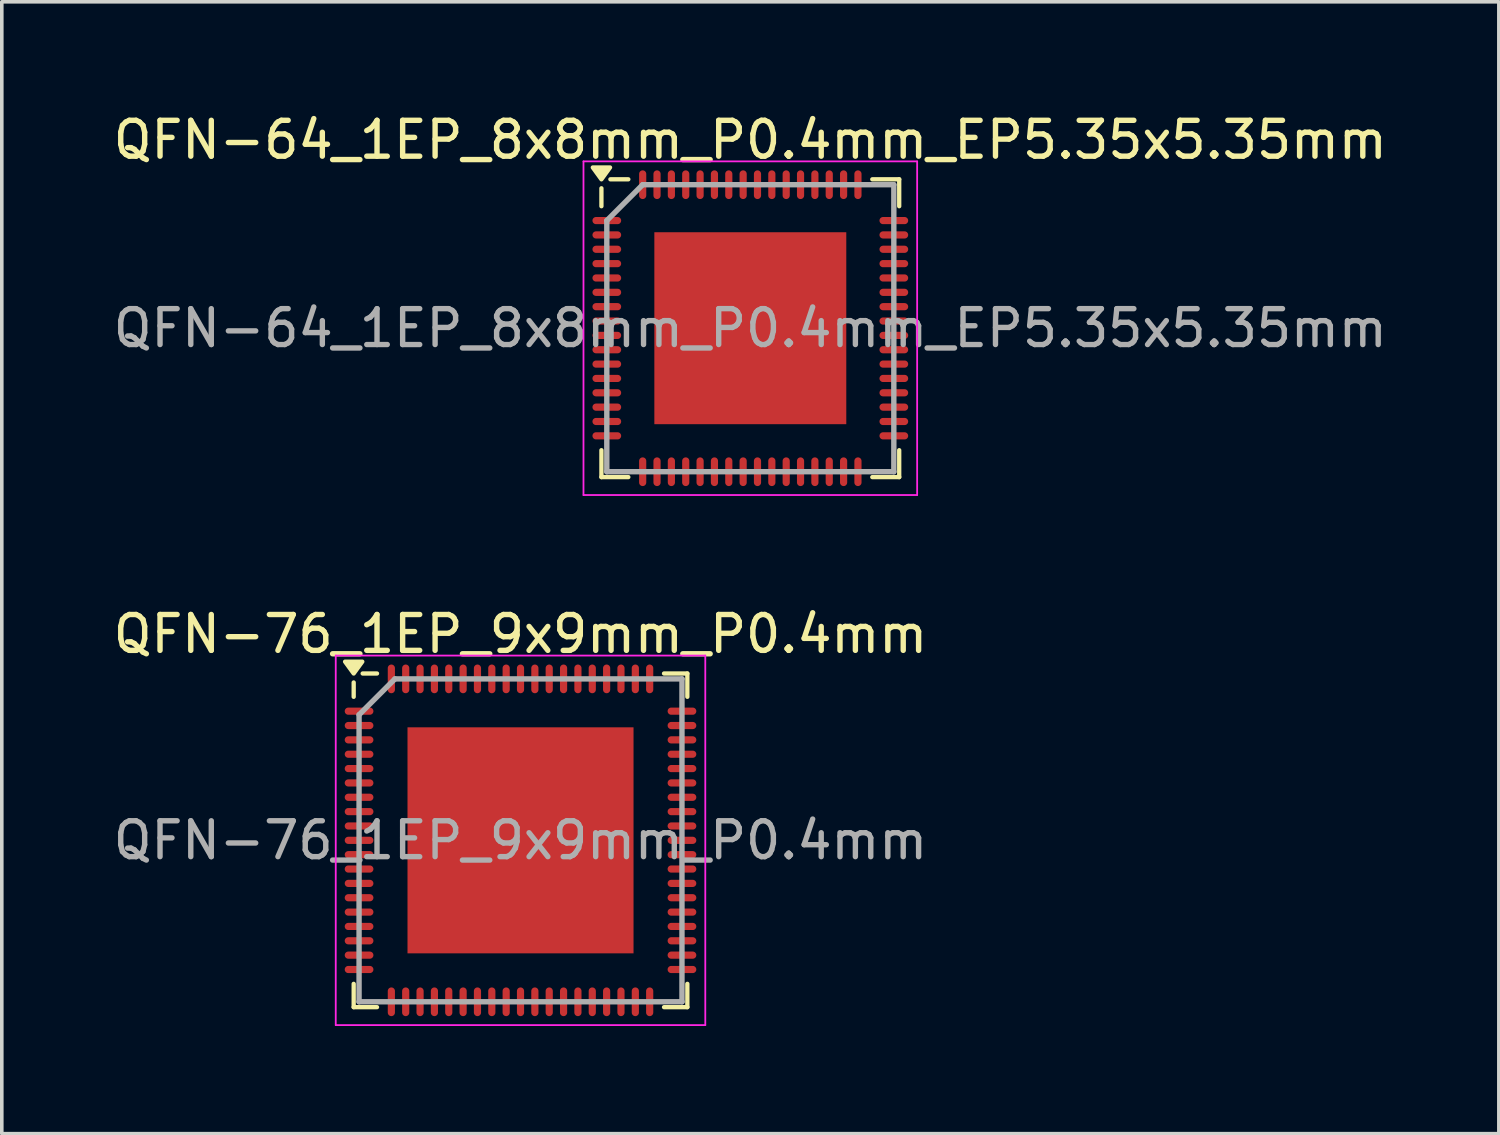
<source format=kicad_pcb>
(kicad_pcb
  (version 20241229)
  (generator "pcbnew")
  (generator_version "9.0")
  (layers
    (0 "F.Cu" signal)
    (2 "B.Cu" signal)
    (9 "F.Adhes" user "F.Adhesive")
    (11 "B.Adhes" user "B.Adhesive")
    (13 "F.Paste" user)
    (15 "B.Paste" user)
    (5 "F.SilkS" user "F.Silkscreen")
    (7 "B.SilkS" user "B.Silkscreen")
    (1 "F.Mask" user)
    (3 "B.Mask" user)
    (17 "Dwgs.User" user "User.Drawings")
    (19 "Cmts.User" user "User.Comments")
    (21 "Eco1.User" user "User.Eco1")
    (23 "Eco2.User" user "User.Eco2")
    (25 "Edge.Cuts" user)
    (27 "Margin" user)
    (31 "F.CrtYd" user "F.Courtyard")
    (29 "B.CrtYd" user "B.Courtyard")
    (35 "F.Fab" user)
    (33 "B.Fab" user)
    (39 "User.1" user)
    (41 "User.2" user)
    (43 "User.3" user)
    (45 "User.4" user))
  (footprint "QFN-64_1EP_8x8mm_P0.4mm_EP5.35x5.35mm"
    (layer "F.Cu")
    (at 17.863 6.098)
    (property "Reference" "QFN-64_1EP_8x8mm_P0.4mm_EP5.35x5.35mm" (at 0 -5.25 0) (layer "F.SilkS") (effects (font (size 1 1) (thickness 0.15))))
    (attr smd)
    (fp_line (start -4.15 -3.9) (end -4.15 -3.4) (stroke (width 0.12) (type default)) (layer "F.SilkS"))
    (fp_line (start -4.15 4.15) (end -4.15 3.4) (stroke (width 0.12) (type default)) (layer "F.SilkS"))
    (fp_line (start -3.4 -4.15) (end -3.9 -4.15) (stroke (width 0.12) (type default)) (layer "F.SilkS"))
    (fp_line (start -3.4 4.15) (end -4.15 4.15) (stroke (width 0.12) (type default)) (layer "F.SilkS"))
    (fp_line (start 3.4 -4.15) (end 4.15 -4.15) (stroke (width 0.12) (type default)) (layer "F.SilkS"))
    (fp_line (start 3.4 4.15) (end 4.15 4.15) (stroke (width 0.12) (type default)) (layer "F.SilkS"))
    (fp_line (start 4.15 -4.15) (end 4.15 -3.4) (stroke (width 0.12) (type default)) (layer "F.SilkS"))
    (fp_line (start 4.15 4.15) (end 4.15 3.4) (stroke (width 0.12) (type default)) (layer "F.SilkS"))
    (fp_poly (pts (xy -4.15 -4.15) (xy -4.39 -4.48) (xy -3.91 -4.48) (xy -4.15 -4.15)) (stroke (width 0.12) (type solid)) (fill yes) (layer "F.SilkS"))
    (fp_line (start -4.65 -4.65) (end 4.65 -4.65) (stroke (width 0.05) (type default)) (layer "F.CrtYd"))
    (fp_line (start -4.65 4.65) (end -4.65 -4.65) (stroke (width 0.05) (type default)) (layer "F.CrtYd"))
    (fp_line (start 4.65 -4.65) (end 4.65 4.65) (stroke (width 0.05) (type default)) (layer "F.CrtYd"))
    (fp_line (start 4.65 4.65) (end -4.65 4.65) (stroke (width 0.05) (type default)) (layer "F.CrtYd"))
    (fp_line (start -4 -3) (end -4 4) (stroke (width 0.15) (type default)) (layer "F.Fab"))
    (fp_line (start -4 4) (end 4 4) (stroke (width 0.15) (type default)) (layer "F.Fab"))
    (fp_line (start -3 -4) (end -4 -3) (stroke (width 0.15) (type default)) (layer "F.Fab"))
    (fp_line (start 4 -4) (end -3 -4) (stroke (width 0.15) (type default)) (layer "F.Fab"))
    (fp_line (start 4 4) (end 4 -4) (stroke (width 0.15) (type default)) (layer "F.Fab"))
    (fp_text user "${REFERENCE}" (at 0 0 0) (layer "F.Fab") (effects (font (size 1 1) (thickness 0.15))))
    (pad "" smd rect (at -2.006 -2.006) (size 0.588 0.588) (layers "F.Paste"))
    (pad "" smd rect (at -2.006 -0.669) (size 0.588 0.588) (layers "F.Paste"))
    (pad "" smd rect (at -2.006 0.669) (size 0.588 0.588) (layers "F.Paste"))
    (pad "" smd rect (at -2.006 2.006) (size 0.588 0.588) (layers "F.Paste"))
    (pad "" smd rect (at -0.669 -2.006) (size 0.588 0.588) (layers "F.Paste"))
    (pad "" smd rect (at -0.669 -0.669) (size 0.588 0.588) (layers "F.Paste"))
    (pad "" smd rect (at -0.669 0.669) (size 0.588 0.588) (layers "F.Paste"))
    (pad "" smd rect (at -0.669 2.006) (size 0.588 0.588) (layers "F.Paste"))
    (pad "" smd rect (at 0.669 -2.006) (size 0.588 0.588) (layers "F.Paste"))
    (pad "" smd rect (at 0.669 -0.669) (size 0.588 0.588) (layers "F.Paste"))
    (pad "" smd rect (at 0.669 0.669) (size 0.588 0.588) (layers "F.Paste"))
    (pad "" smd rect (at 0.669 2.006) (size 0.588 0.588) (layers "F.Paste"))
    (pad "" smd rect (at 2.006 -2.006) (size 0.588 0.588) (layers "F.Paste"))
    (pad "" smd rect (at 2.006 -0.669) (size 0.588 0.588) (layers "F.Paste"))
    (pad "" smd rect (at 2.006 0.669) (size 0.588 0.588) (layers "F.Paste"))
    (pad "" smd rect (at 2.006 2.006) (size 0.588 0.588) (layers "F.Paste"))
    (pad "1" smd oval (at -4 -3 90) (size 0.2 0.8) (layers "F.Cu" "F.Mask" "F.Paste"))
    (pad "2" smd oval (at -4 -2.6 90) (size 0.2 0.8) (layers "F.Cu" "F.Mask" "F.Paste"))
    (pad "3" smd oval (at -4 -2.2 90) (size 0.2 0.8) (layers "F.Cu" "F.Mask" "F.Paste"))
    (pad "4" smd oval (at -4 -1.8 90) (size 0.2 0.8) (layers "F.Cu" "F.Mask" "F.Paste"))
    (pad "5" smd oval (at -4 -1.4 90) (size 0.2 0.8) (layers "F.Cu" "F.Mask" "F.Paste"))
    (pad "6" smd oval (at -4 -1 90) (size 0.2 0.8) (layers "F.Cu" "F.Mask" "F.Paste"))
    (pad "7" smd oval (at -4 -0.6 90) (size 0.2 0.8) (layers "F.Cu" "F.Mask" "F.Paste"))
    (pad "8" smd oval (at -4 -0.2 90) (size 0.2 0.8) (layers "F.Cu" "F.Mask" "F.Paste"))
    (pad "9" smd oval (at -4 0.2 90) (size 0.2 0.8) (layers "F.Cu" "F.Mask" "F.Paste"))
    (pad "10" smd oval (at -4 0.6 90) (size 0.2 0.8) (layers "F.Cu" "F.Mask" "F.Paste"))
    (pad "11" smd oval (at -4 1 90) (size 0.2 0.8) (layers "F.Cu" "F.Mask" "F.Paste"))
    (pad "12" smd oval (at -4 1.4 90) (size 0.2 0.8) (layers "F.Cu" "F.Mask" "F.Paste"))
    (pad "13" smd oval (at -4 1.8 90) (size 0.2 0.8) (layers "F.Cu" "F.Mask" "F.Paste"))
    (pad "14" smd oval (at -4 2.2 90) (size 0.2 0.8) (layers "F.Cu" "F.Mask" "F.Paste"))
    (pad "15" smd oval (at -4 2.6 90) (size 0.2 0.8) (layers "F.Cu" "F.Mask" "F.Paste"))
    (pad "16" smd oval (at -4 3 90) (size 0.2 0.8) (layers "F.Cu" "F.Mask" "F.Paste"))
    (pad "17" smd oval (at -3 4) (size 0.2 0.8) (layers "F.Cu" "F.Mask" "F.Paste"))
    (pad "18" smd oval (at -2.6 4) (size 0.2 0.8) (layers "F.Cu" "F.Mask" "F.Paste"))
    (pad "19" smd oval (at -2.2 4) (size 0.2 0.8) (layers "F.Cu" "F.Mask" "F.Paste"))
    (pad "20" smd oval (at -1.8 4) (size 0.2 0.8) (layers "F.Cu" "F.Mask" "F.Paste"))
    (pad "21" smd oval (at -1.4 4) (size 0.2 0.8) (layers "F.Cu" "F.Mask" "F.Paste"))
    (pad "22" smd oval (at -1 4) (size 0.2 0.8) (layers "F.Cu" "F.Mask" "F.Paste"))
    (pad "23" smd oval (at -0.6 4) (size 0.2 0.8) (layers "F.Cu" "F.Mask" "F.Paste"))
    (pad "24" smd oval (at -0.2 4) (size 0.2 0.8) (layers "F.Cu" "F.Mask" "F.Paste"))
    (pad "25" smd oval (at 0.2 4) (size 0.2 0.8) (layers "F.Cu" "F.Mask" "F.Paste"))
    (pad "26" smd oval (at 0.6 4) (size 0.2 0.8) (layers "F.Cu" "F.Mask" "F.Paste"))
    (pad "27" smd oval (at 1 4) (size 0.2 0.8) (layers "F.Cu" "F.Mask" "F.Paste"))
    (pad "28" smd oval (at 1.4 4) (size 0.2 0.8) (layers "F.Cu" "F.Mask" "F.Paste"))
    (pad "29" smd oval (at 1.8 4) (size 0.2 0.8) (layers "F.Cu" "F.Mask" "F.Paste"))
    (pad "30" smd oval (at 2.2 4) (size 0.2 0.8) (layers "F.Cu" "F.Mask" "F.Paste"))
    (pad "31" smd oval (at 2.6 4) (size 0.2 0.8) (layers "F.Cu" "F.Mask" "F.Paste"))
    (pad "32" smd oval (at 3 4) (size 0.2 0.8) (layers "F.Cu" "F.Mask" "F.Paste"))
    (pad "33" smd oval (at 4 3 90) (size 0.2 0.8) (layers "F.Cu" "F.Mask" "F.Paste"))
    (pad "34" smd oval (at 4 2.6 90) (size 0.2 0.8) (layers "F.Cu" "F.Mask" "F.Paste"))
    (pad "35" smd oval (at 4 2.2 90) (size 0.2 0.8) (layers "F.Cu" "F.Mask" "F.Paste"))
    (pad "36" smd oval (at 4 1.8 90) (size 0.2 0.8) (layers "F.Cu" "F.Mask" "F.Paste"))
    (pad "37" smd oval (at 4 1.4 90) (size 0.2 0.8) (layers "F.Cu" "F.Mask" "F.Paste"))
    (pad "38" smd oval (at 4 1 90) (size 0.2 0.8) (layers "F.Cu" "F.Mask" "F.Paste"))
    (pad "39" smd oval (at 4 0.6 90) (size 0.2 0.8) (layers "F.Cu" "F.Mask" "F.Paste"))
    (pad "40" smd oval (at 4 0.2 90) (size 0.2 0.8) (layers "F.Cu" "F.Mask" "F.Paste"))
    (pad "41" smd oval (at 4 -0.2 90) (size 0.2 0.8) (layers "F.Cu" "F.Mask" "F.Paste"))
    (pad "42" smd oval (at 4 -0.6 90) (size 0.2 0.8) (layers "F.Cu" "F.Mask" "F.Paste"))
    (pad "43" smd oval (at 4 -1 90) (size 0.2 0.8) (layers "F.Cu" "F.Mask" "F.Paste"))
    (pad "44" smd oval (at 4 -1.4 90) (size 0.2 0.8) (layers "F.Cu" "F.Mask" "F.Paste"))
    (pad "45" smd oval (at 4 -1.8 90) (size 0.2 0.8) (layers "F.Cu" "F.Mask" "F.Paste"))
    (pad "46" smd oval (at 4 -2.2 90) (size 0.2 0.8) (layers "F.Cu" "F.Mask" "F.Paste"))
    (pad "47" smd oval (at 4 -2.6 90) (size 0.2 0.8) (layers "F.Cu" "F.Mask" "F.Paste"))
    (pad "48" smd oval (at 4 -3 90) (size 0.2 0.8) (layers "F.Cu" "F.Mask" "F.Paste"))
    (pad "49" smd oval (at 3 -4) (size 0.2 0.8) (layers "F.Cu" "F.Mask" "F.Paste"))
    (pad "50" smd oval (at 2.6 -4) (size 0.2 0.8) (layers "F.Cu" "F.Mask" "F.Paste"))
    (pad "51" smd oval (at 2.2 -4) (size 0.2 0.8) (layers "F.Cu" "F.Mask" "F.Paste"))
    (pad "52" smd oval (at 1.8 -4) (size 0.2 0.8) (layers "F.Cu" "F.Mask" "F.Paste"))
    (pad "53" smd oval (at 1.4 -4) (size 0.2 0.8) (layers "F.Cu" "F.Mask" "F.Paste"))
    (pad "54" smd oval (at 1 -4) (size 0.2 0.8) (layers "F.Cu" "F.Mask" "F.Paste"))
    (pad "55" smd oval (at 0.6 -4) (size 0.2 0.8) (layers "F.Cu" "F.Mask" "F.Paste"))
    (pad "56" smd oval (at 0.2 -4) (size 0.2 0.8) (layers "F.Cu" "F.Mask" "F.Paste"))
    (pad "57" smd oval (at -0.2 -4) (size 0.2 0.8) (layers "F.Cu" "F.Mask" "F.Paste"))
    (pad "58" smd oval (at -0.6 -4) (size 0.2 0.8) (layers "F.Cu" "F.Mask" "F.Paste"))
    (pad "59" smd oval (at -1 -4) (size 0.2 0.8) (layers "F.Cu" "F.Mask" "F.Paste"))
    (pad "60" smd oval (at -1.4 -4) (size 0.2 0.8) (layers "F.Cu" "F.Mask" "F.Paste"))
    (pad "61" smd oval (at -1.8 -4) (size 0.2 0.8) (layers "F.Cu" "F.Mask" "F.Paste"))
    (pad "62" smd oval (at -2.2 -4) (size 0.2 0.8) (layers "F.Cu" "F.Mask" "F.Paste"))
    (pad "63" smd oval (at -2.6 -4) (size 0.2 0.8) (layers "F.Cu" "F.Mask" "F.Paste"))
    (pad "64" smd oval (at -3 -4) (size 0.2 0.8) (layers "F.Cu" "F.Mask" "F.Paste"))
    (pad "65" smd rect (at 0 0) (size 5.35 5.35) (layers "F.Cu" "F.Mask")))
  (footprint "QFN-76_1EP_9x9mm_P0.4mm"
    (layer "F.Cu")
    (at 11.458 20.372)
    (property "Reference" "QFN-76_1EP_9x9mm_P0.4mm" (at 0 -5.75 0) (layer "F.SilkS") (effects (font (size 1 1) (thickness 0.15))))
    (attr smd)
    (fp_line (start -4.65 -4.4) (end -4.65 -4) (stroke (width 0.12) (type default)) (layer "F.SilkS"))
    (fp_line (start -4.65 4.65) (end -4.65 4) (stroke (width 0.12) (type default)) (layer "F.SilkS"))
    (fp_line (start -4 -4.65) (end -4.4 -4.65) (stroke (width 0.12) (type default)) (layer "F.SilkS"))
    (fp_line (start -4 4.65) (end -4.65 4.65) (stroke (width 0.12) (type default)) (layer "F.SilkS"))
    (fp_line (start 4 -4.65) (end 4.65 -4.65) (stroke (width 0.12) (type default)) (layer "F.SilkS"))
    (fp_line (start 4 4.65) (end 4.65 4.65) (stroke (width 0.12) (type default)) (layer "F.SilkS"))
    (fp_line (start 4.65 -4.65) (end 4.65 -4) (stroke (width 0.12) (type default)) (layer "F.SilkS"))
    (fp_line (start 4.65 4.65) (end 4.65 4) (stroke (width 0.12) (type default)) (layer "F.SilkS"))
    (fp_poly (pts (xy -4.65 -4.65) (xy -4.89 -4.98) (xy -4.41 -4.98) (xy -4.65 -4.65)) (stroke (width 0.12) (type solid)) (fill yes) (layer "F.SilkS"))
    (fp_line (start -5.15 -5.15) (end 5.15 -5.15) (stroke (width 0.05) (type default)) (layer "F.CrtYd"))
    (fp_line (start -5.15 5.15) (end -5.15 -5.15) (stroke (width 0.05) (type default)) (layer "F.CrtYd"))
    (fp_line (start 5.15 -5.15) (end 5.15 5.15) (stroke (width 0.05) (type default)) (layer "F.CrtYd"))
    (fp_line (start 5.15 5.15) (end -5.15 5.15) (stroke (width 0.05) (type default)) (layer "F.CrtYd"))
    (fp_line (start -4.5 -3.5) (end -4.5 4.5) (stroke (width 0.15) (type default)) (layer "F.Fab"))
    (fp_line (start -4.5 4.5) (end 4.5 4.5) (stroke (width 0.15) (type default)) (layer "F.Fab"))
    (fp_line (start -3.5 -4.5) (end -4.5 -3.5) (stroke (width 0.15) (type default)) (layer "F.Fab"))
    (fp_line (start 4.5 -4.5) (end -3.5 -4.5) (stroke (width 0.15) (type default)) (layer "F.Fab"))
    (fp_line (start 4.5 4.5) (end 4.5 -4.5) (stroke (width 0.15) (type default)) (layer "F.Fab"))
    (fp_text user "${REFERENCE}" (at 0 0 0) (layer "F.Fab") (effects (font (size 1 1) (thickness 0.15))))
    (pad "" smd rect (at -2.362 -2.362) (size 0.825 0.825) (layers "F.Paste"))
    (pad "" smd rect (at -2.362 -0.787) (size 0.825 0.825) (layers "F.Paste"))
    (pad "" smd rect (at -2.362 0.787) (size 0.825 0.825) (layers "F.Paste"))
    (pad "" smd rect (at -2.362 2.362) (size 0.825 0.825) (layers "F.Paste"))
    (pad "" smd rect (at -0.787 -2.362) (size 0.825 0.825) (layers "F.Paste"))
    (pad "" smd rect (at -0.787 -0.787) (size 0.825 0.825) (layers "F.Paste"))
    (pad "" smd rect (at -0.787 0.787) (size 0.825 0.825) (layers "F.Paste"))
    (pad "" smd rect (at -0.787 2.362) (size 0.825 0.825) (layers "F.Paste"))
    (pad "" smd rect (at 0.787 -2.362) (size 0.825 0.825) (layers "F.Paste"))
    (pad "" smd rect (at 0.787 -0.787) (size 0.825 0.825) (layers "F.Paste"))
    (pad "" smd rect (at 0.787 0.787) (size 0.825 0.825) (layers "F.Paste"))
    (pad "" smd rect (at 0.787 2.362) (size 0.825 0.825) (layers "F.Paste"))
    (pad "" smd rect (at 2.362 -2.362) (size 0.825 0.825) (layers "F.Paste"))
    (pad "" smd rect (at 2.362 -0.787) (size 0.825 0.825) (layers "F.Paste"))
    (pad "" smd rect (at 2.362 0.787) (size 0.825 0.825) (layers "F.Paste"))
    (pad "" smd rect (at 2.362 2.362) (size 0.825 0.825) (layers "F.Paste"))
    (pad "1" smd oval (at -4.5 -3.6 90) (size 0.2 0.8) (layers "F.Cu" "F.Mask" "F.Paste"))
    (pad "2" smd oval (at -4.5 -3.2 90) (size 0.2 0.8) (layers "F.Cu" "F.Mask" "F.Paste"))
    (pad "3" smd oval (at -4.5 -2.8 90) (size 0.2 0.8) (layers "F.Cu" "F.Mask" "F.Paste"))
    (pad "4" smd oval (at -4.5 -2.4 90) (size 0.2 0.8) (layers "F.Cu" "F.Mask" "F.Paste"))
    (pad "5" smd oval (at -4.5 -2 90) (size 0.2 0.8) (layers "F.Cu" "F.Mask" "F.Paste"))
    (pad "6" smd oval (at -4.5 -1.6 90) (size 0.2 0.8) (layers "F.Cu" "F.Mask" "F.Paste"))
    (pad "7" smd oval (at -4.5 -1.2 90) (size 0.2 0.8) (layers "F.Cu" "F.Mask" "F.Paste"))
    (pad "8" smd oval (at -4.5 -0.8 90) (size 0.2 0.8) (layers "F.Cu" "F.Mask" "F.Paste"))
    (pad "9" smd oval (at -4.5 -0.4 90) (size 0.2 0.8) (layers "F.Cu" "F.Mask" "F.Paste"))
    (pad "10" smd oval (at -4.5 0 90) (size 0.2 0.8) (layers "F.Cu" "F.Mask" "F.Paste"))
    (pad "11" smd oval (at -4.5 0.4 90) (size 0.2 0.8) (layers "F.Cu" "F.Mask" "F.Paste"))
    (pad "12" smd oval (at -4.5 0.8 90) (size 0.2 0.8) (layers "F.Cu" "F.Mask" "F.Paste"))
    (pad "13" smd oval (at -4.5 1.2 90) (size 0.2 0.8) (layers "F.Cu" "F.Mask" "F.Paste"))
    (pad "14" smd oval (at -4.5 1.6 90) (size 0.2 0.8) (layers "F.Cu" "F.Mask" "F.Paste"))
    (pad "15" smd oval (at -4.5 2 90) (size 0.2 0.8) (layers "F.Cu" "F.Mask" "F.Paste"))
    (pad "16" smd oval (at -4.5 2.4 90) (size 0.2 0.8) (layers "F.Cu" "F.Mask" "F.Paste"))
    (pad "17" smd oval (at -4.5 2.8 90) (size 0.2 0.8) (layers "F.Cu" "F.Mask" "F.Paste"))
    (pad "18" smd oval (at -4.5 3.2 90) (size 0.2 0.8) (layers "F.Cu" "F.Mask" "F.Paste"))
    (pad "19" smd oval (at -4.5 3.6 90) (size 0.2 0.8) (layers "F.Cu" "F.Mask" "F.Paste"))
    (pad "20" smd oval (at -3.6 4.5) (size 0.2 0.8) (layers "F.Cu" "F.Mask" "F.Paste"))
    (pad "21" smd oval (at -3.2 4.5) (size 0.2 0.8) (layers "F.Cu" "F.Mask" "F.Paste"))
    (pad "22" smd oval (at -2.8 4.5) (size 0.2 0.8) (layers "F.Cu" "F.Mask" "F.Paste"))
    (pad "23" smd oval (at -2.4 4.5) (size 0.2 0.8) (layers "F.Cu" "F.Mask" "F.Paste"))
    (pad "24" smd oval (at -2 4.5) (size 0.2 0.8) (layers "F.Cu" "F.Mask" "F.Paste"))
    (pad "25" smd oval (at -1.6 4.5) (size 0.2 0.8) (layers "F.Cu" "F.Mask" "F.Paste"))
    (pad "26" smd oval (at -1.2 4.5) (size 0.2 0.8) (layers "F.Cu" "F.Mask" "F.Paste"))
    (pad "27" smd oval (at -0.8 4.5) (size 0.2 0.8) (layers "F.Cu" "F.Mask" "F.Paste"))
    (pad "28" smd oval (at -0.4 4.5) (size 0.2 0.8) (layers "F.Cu" "F.Mask" "F.Paste"))
    (pad "29" smd oval (at 0 4.5) (size 0.2 0.8) (layers "F.Cu" "F.Mask" "F.Paste"))
    (pad "30" smd oval (at 0.4 4.5) (size 0.2 0.8) (layers "F.Cu" "F.Mask" "F.Paste"))
    (pad "31" smd oval (at 0.8 4.5) (size 0.2 0.8) (layers "F.Cu" "F.Mask" "F.Paste"))
    (pad "32" smd oval (at 1.2 4.5) (size 0.2 0.8) (layers "F.Cu" "F.Mask" "F.Paste"))
    (pad "33" smd oval (at 1.6 4.5) (size 0.2 0.8) (layers "F.Cu" "F.Mask" "F.Paste"))
    (pad "34" smd oval (at 2 4.5) (size 0.2 0.8) (layers "F.Cu" "F.Mask" "F.Paste"))
    (pad "35" smd oval (at 2.4 4.5) (size 0.2 0.8) (layers "F.Cu" "F.Mask" "F.Paste"))
    (pad "36" smd oval (at 2.8 4.5) (size 0.2 0.8) (layers "F.Cu" "F.Mask" "F.Paste"))
    (pad "37" smd oval (at 3.2 4.5) (size 0.2 0.8) (layers "F.Cu" "F.Mask" "F.Paste"))
    (pad "38" smd oval (at 3.6 4.5) (size 0.2 0.8) (layers "F.Cu" "F.Mask" "F.Paste"))
    (pad "39" smd oval (at 4.5 3.6 90) (size 0.2 0.8) (layers "F.Cu" "F.Mask" "F.Paste"))
    (pad "40" smd oval (at 4.5 3.2 90) (size 0.2 0.8) (layers "F.Cu" "F.Mask" "F.Paste"))
    (pad "41" smd oval (at 4.5 2.8 90) (size 0.2 0.8) (layers "F.Cu" "F.Mask" "F.Paste"))
    (pad "42" smd oval (at 4.5 2.4 90) (size 0.2 0.8) (layers "F.Cu" "F.Mask" "F.Paste"))
    (pad "43" smd oval (at 4.5 2 90) (size 0.2 0.8) (layers "F.Cu" "F.Mask" "F.Paste"))
    (pad "44" smd oval (at 4.5 1.6 90) (size 0.2 0.8) (layers "F.Cu" "F.Mask" "F.Paste"))
    (pad "45" smd oval (at 4.5 1.2 90) (size 0.2 0.8) (layers "F.Cu" "F.Mask" "F.Paste"))
    (pad "46" smd oval (at 4.5 0.8 90) (size 0.2 0.8) (layers "F.Cu" "F.Mask" "F.Paste"))
    (pad "47" smd oval (at 4.5 0.4 90) (size 0.2 0.8) (layers "F.Cu" "F.Mask" "F.Paste"))
    (pad "48" smd oval (at 4.5 0 90) (size 0.2 0.8) (layers "F.Cu" "F.Mask" "F.Paste"))
    (pad "49" smd oval (at 4.5 -0.4 90) (size 0.2 0.8) (layers "F.Cu" "F.Mask" "F.Paste"))
    (pad "50" smd oval (at 4.5 -0.8 90) (size 0.2 0.8) (layers "F.Cu" "F.Mask" "F.Paste"))
    (pad "51" smd oval (at 4.5 -1.2 90) (size 0.2 0.8) (layers "F.Cu" "F.Mask" "F.Paste"))
    (pad "52" smd oval (at 4.5 -1.6 90) (size 0.2 0.8) (layers "F.Cu" "F.Mask" "F.Paste"))
    (pad "53" smd oval (at 4.5 -2 90) (size 0.2 0.8) (layers "F.Cu" "F.Mask" "F.Paste"))
    (pad "54" smd oval (at 4.5 -2.4 90) (size 0.2 0.8) (layers "F.Cu" "F.Mask" "F.Paste"))
    (pad "55" smd oval (at 4.5 -2.8 90) (size 0.2 0.8) (layers "F.Cu" "F.Mask" "F.Paste"))
    (pad "56" smd oval (at 4.5 -3.2 90) (size 0.2 0.8) (layers "F.Cu" "F.Mask" "F.Paste"))
    (pad "57" smd oval (at 4.5 -3.6 90) (size 0.2 0.8) (layers "F.Cu" "F.Mask" "F.Paste"))
    (pad "58" smd oval (at 3.6 -4.5) (size 0.2 0.8) (layers "F.Cu" "F.Mask" "F.Paste"))
    (pad "59" smd oval (at 3.2 -4.5) (size 0.2 0.8) (layers "F.Cu" "F.Mask" "F.Paste"))
    (pad "60" smd oval (at 2.8 -4.5) (size 0.2 0.8) (layers "F.Cu" "F.Mask" "F.Paste"))
    (pad "61" smd oval (at 2.4 -4.5) (size 0.2 0.8) (layers "F.Cu" "F.Mask" "F.Paste"))
    (pad "62" smd oval (at 2 -4.5) (size 0.2 0.8) (layers "F.Cu" "F.Mask" "F.Paste"))
    (pad "63" smd oval (at 1.6 -4.5) (size 0.2 0.8) (layers "F.Cu" "F.Mask" "F.Paste"))
    (pad "64" smd oval (at 1.2 -4.5) (size 0.2 0.8) (layers "F.Cu" "F.Mask" "F.Paste"))
    (pad "65" smd oval (at 0.8 -4.5) (size 0.2 0.8) (layers "F.Cu" "F.Mask" "F.Paste"))
    (pad "66" smd oval (at 0.4 -4.5) (size 0.2 0.8) (layers "F.Cu" "F.Mask" "F.Paste"))
    (pad "67" smd oval (at 0 -4.5) (size 0.2 0.8) (layers "F.Cu" "F.Mask" "F.Paste"))
    (pad "68" smd oval (at -0.4 -4.5) (size 0.2 0.8) (layers "F.Cu" "F.Mask" "F.Paste"))
    (pad "69" smd oval (at -0.8 -4.5) (size 0.2 0.8) (layers "F.Cu" "F.Mask" "F.Paste"))
    (pad "70" smd oval (at -1.2 -4.5) (size 0.2 0.8) (layers "F.Cu" "F.Mask" "F.Paste"))
    (pad "71" smd oval (at -1.6 -4.5) (size 0.2 0.8) (layers "F.Cu" "F.Mask" "F.Paste"))
    (pad "72" smd oval (at -2 -4.5) (size 0.2 0.8) (layers "F.Cu" "F.Mask" "F.Paste"))
    (pad "73" smd oval (at -2.4 -4.5) (size 0.2 0.8) (layers "F.Cu" "F.Mask" "F.Paste"))
    (pad "74" smd oval (at -2.8 -4.5) (size 0.2 0.8) (layers "F.Cu" "F.Mask" "F.Paste"))
    (pad "75" smd oval (at -3.2 -4.5) (size 0.2 0.8) (layers "F.Cu" "F.Mask" "F.Paste"))
    (pad "76" smd oval (at -3.6 -4.5) (size 0.2 0.8) (layers "F.Cu" "F.Mask" "F.Paste"))
    (pad "77" smd rect (at 0 0) (size 6.3 6.3) (layers "F.Cu" "F.Mask")))
  (gr_rect
    (start -3 -3)
    (end 38.726 28.547)
    (stroke (width 0.1) (type default))
    (fill no)
    (layer "Edge.Cuts")))
</source>
